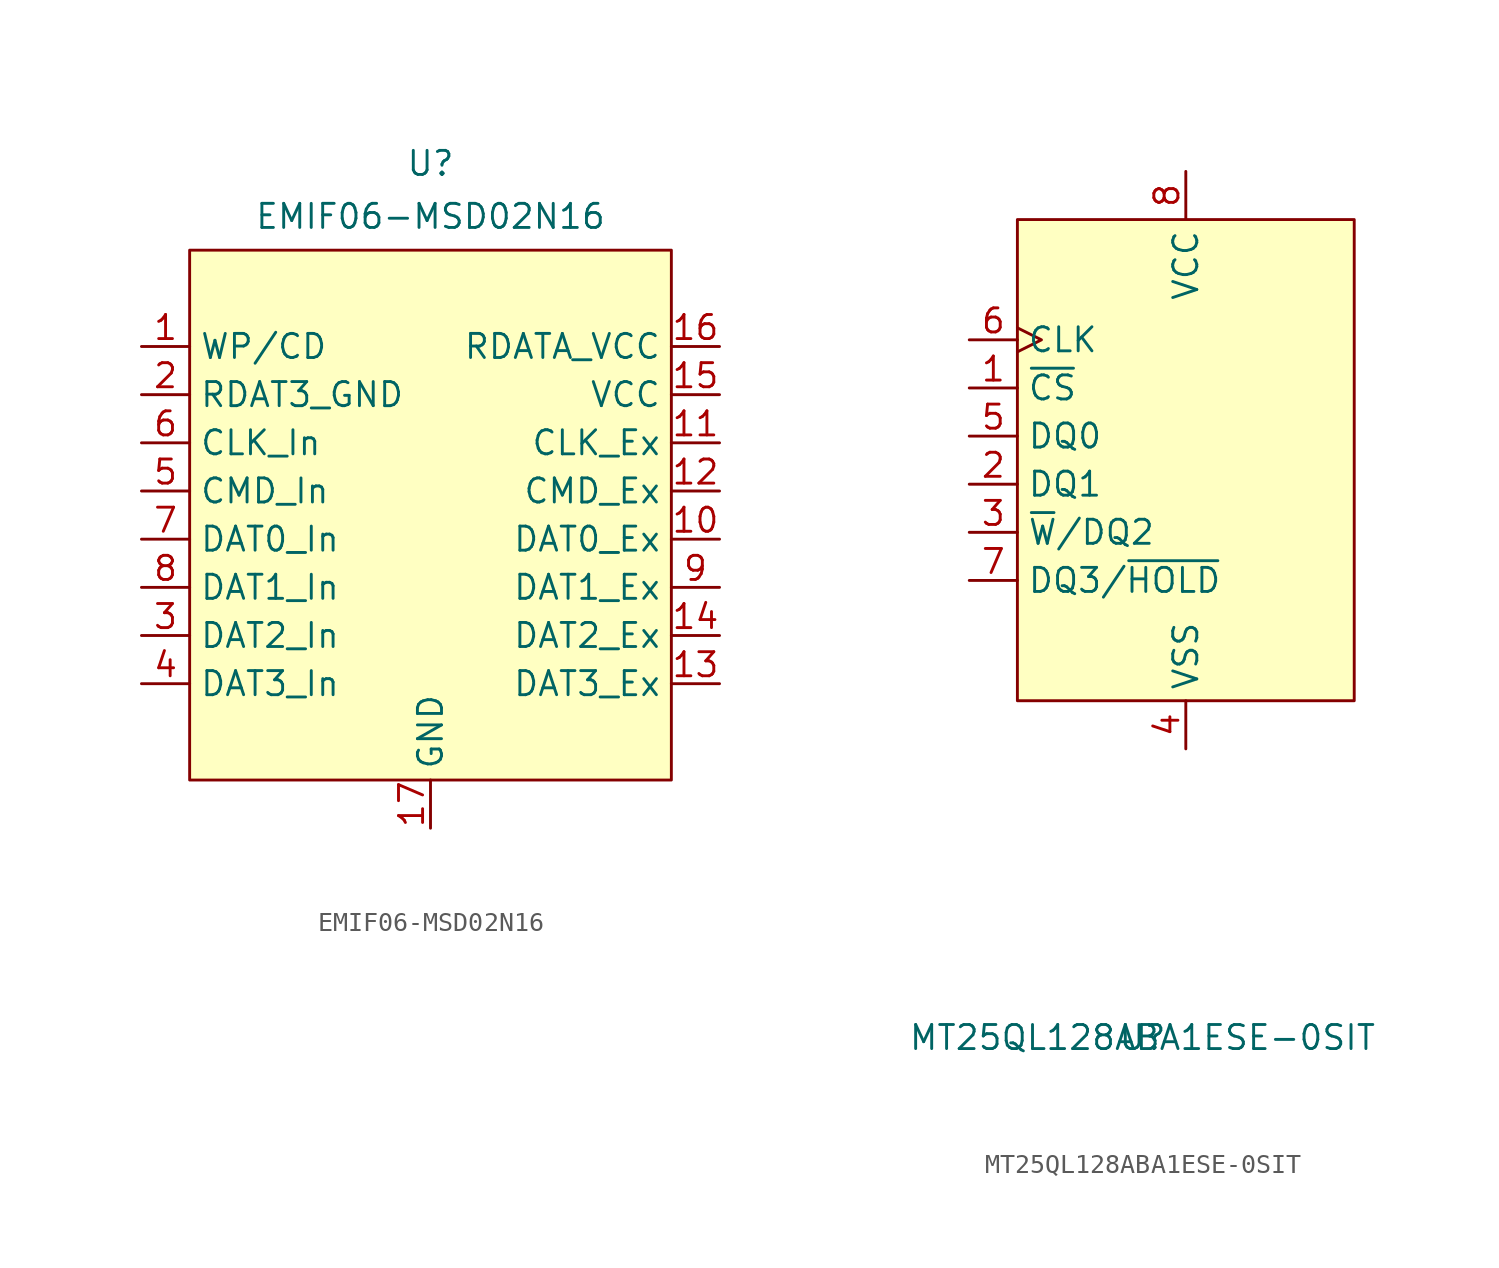
<source format=kicad_sym>
(kicad_symbol_lib
  (version 20241209)
  (generator "kicad_symbol_editor")
  (generator_version "9.0")
  (symbol "EMIF06-MSD02N16"
    (property "Reference" "U"
      (at 0 19.812 0)
      (effects (font (size 1.27 1.27))))
    (property "Value" "EMIF06-MSD02N16"
      (at 0 17.018 0)
      (effects (font (size 1.27 1.27))))
    (symbol "EMIF06-MSD02N16_1_1"
      (rectangle (start -12.7 15.24) (end 12.7 -12.7) (stroke (width 0) (type solid)) (fill (type background)))
      (pin passive line (at -15.24 10.16 0) (length 2.54) (name "WP/CD" (effects (font (size 1.27 1.27)))) (number "1" (effects (font (size 1.27 1.27)))))
      (pin passive line (at -15.24 7.62 0) (length 2.54) (name "RDAT3_GND" (effects (font (size 1.27 1.27)))) (number "2" (effects (font (size 1.27 1.27)))))
      (pin passive line (at -15.24 5.08 0) (length 2.54) (name "CLK_In" (effects (font (size 1.27 1.27)))) (number "6" (effects (font (size 1.27 1.27)))))
      (pin passive line (at -15.24 2.54 0) (length 2.54) (name "CMD_In" (effects (font (size 1.27 1.27)))) (number "5" (effects (font (size 1.27 1.27)))))
      (pin passive line (at -15.24 0 0) (length 2.54) (name "DAT0_In" (effects (font (size 1.27 1.27)))) (number "7" (effects (font (size 1.27 1.27)))))
      (pin passive line (at -15.24 -2.54 0) (length 2.54) (name "DAT1_In" (effects (font (size 1.27 1.27)))) (number "8" (effects (font (size 1.27 1.27)))))
      (pin passive line (at -15.24 -5.08 0) (length 2.54) (name "DAT2_In" (effects (font (size 1.27 1.27)))) (number "3" (effects (font (size 1.27 1.27)))))
      (pin passive line (at -15.24 -7.62 0) (length 2.54) (name "DAT3_In" (effects (font (size 1.27 1.27)))) (number "4" (effects (font (size 1.27 1.27)))))
      (pin power_in line (at 0 -15.24 90) (length 2.54) (name "GND" (effects (font (size 1.27 1.27)))) (number "17" (effects (font (size 1.27 1.27)))))
      (pin passive line (at 15.24 10.16 180) (length 2.54) (name "RDATA_VCC" (effects (font (size 1.27 1.27)))) (number "16" (effects (font (size 1.27 1.27)))))
      (pin passive line (at 15.24 7.62 180) (length 2.54) (name "VCC" (effects (font (size 1.27 1.27)))) (number "15" (effects (font (size 1.27 1.27)))))
      (pin passive line (at 15.24 5.08 180) (length 2.54) (name "CLK_Ex" (effects (font (size 1.27 1.27)))) (number "11" (effects (font (size 1.27 1.27)))))
      (pin passive line (at 15.24 2.54 180) (length 2.54) (name "CMD_Ex" (effects (font (size 1.27 1.27)))) (number "12" (effects (font (size 1.27 1.27)))))
      (pin passive line (at 15.24 0 180) (length 2.54) (name "DAT0_Ex" (effects (font (size 1.27 1.27)))) (number "10" (effects (font (size 1.27 1.27)))))
      (pin passive line (at 15.24 -2.54 180) (length 2.54) (name "DAT1_Ex" (effects (font (size 1.27 1.27)))) (number "9" (effects (font (size 1.27 1.27)))))
      (pin passive line (at 15.24 -5.08 180) (length 2.54) (name "DAT2_Ex" (effects (font (size 1.27 1.27)))) (number "14" (effects (font (size 1.27 1.27)))))
      (pin passive line (at 15.24 -7.62 180) (length 2.54) (name "DAT3_Ex" (effects (font (size 1.27 1.27)))) (number "13" (effects (font (size 1.27 1.27)))))))
  (symbol "MT25QL128ABA1ESE-0SIT"
    (property "Reference" "U"
      (at -2.286 -17.78 0)
      (effects (font (size 1.27 1.27))))
    (property "Value" "MT25QL128ABA1ESE-0SIT"
      (at -2.286 -17.78 0)
      (effects (font (size 1.27 1.27))))
    (symbol "MT25QL128ABA1ESE-0SIT_1_1"
      (rectangle (start -8.89 25.4) (end 8.89 0) (stroke (width 0) (type solid)) (fill (type background)))
      (pin input clock (at -11.43 19.05 0) (length 2.54) (name "CLK" (effects (font (size 1.27 1.27)))) (number "6" (effects (font (size 1.27 1.27)))))
      (pin input line (at -11.43 16.51 0) (length 2.54) (name "~{CS}" (effects (font (size 1.27 1.27)))) (number "1" (effects (font (size 1.27 1.27)))))
      (pin bidirectional line (at -11.43 13.97 0) (length 2.54) (name "DQ0" (effects (font (size 1.27 1.27)))) (number "5" (effects (font (size 1.27 1.27)))))
      (pin bidirectional line (at -11.43 11.43 0) (length 2.54) (name "DQ1" (effects (font (size 1.27 1.27)))) (number "2" (effects (font (size 1.27 1.27)))))
      (pin bidirectional line (at -11.43 8.89 0) (length 2.54) (name "~{W}/DQ2" (effects (font (size 1.27 1.27)))) (number "3" (effects (font (size 1.27 1.27)))))
      (pin bidirectional line (at -11.43 6.35 0) (length 2.54) (name "DQ3/~{HOLD}" (effects (font (size 1.27 1.27)))) (number "7" (effects (font (size 1.27 1.27)))))
      (pin power_in line (at 0 27.94 270) (length 2.54) (name "VCC" (effects (font (size 1.27 1.27)))) (number "8" (effects (font (size 1.27 1.27)))))
      (pin power_in line (at 0 -2.54 90) (length 2.54) (name "VSS" (effects (font (size 1.27 1.27)))) (number "4" (effects (font (size 1.27 1.27))))))))
</source>
